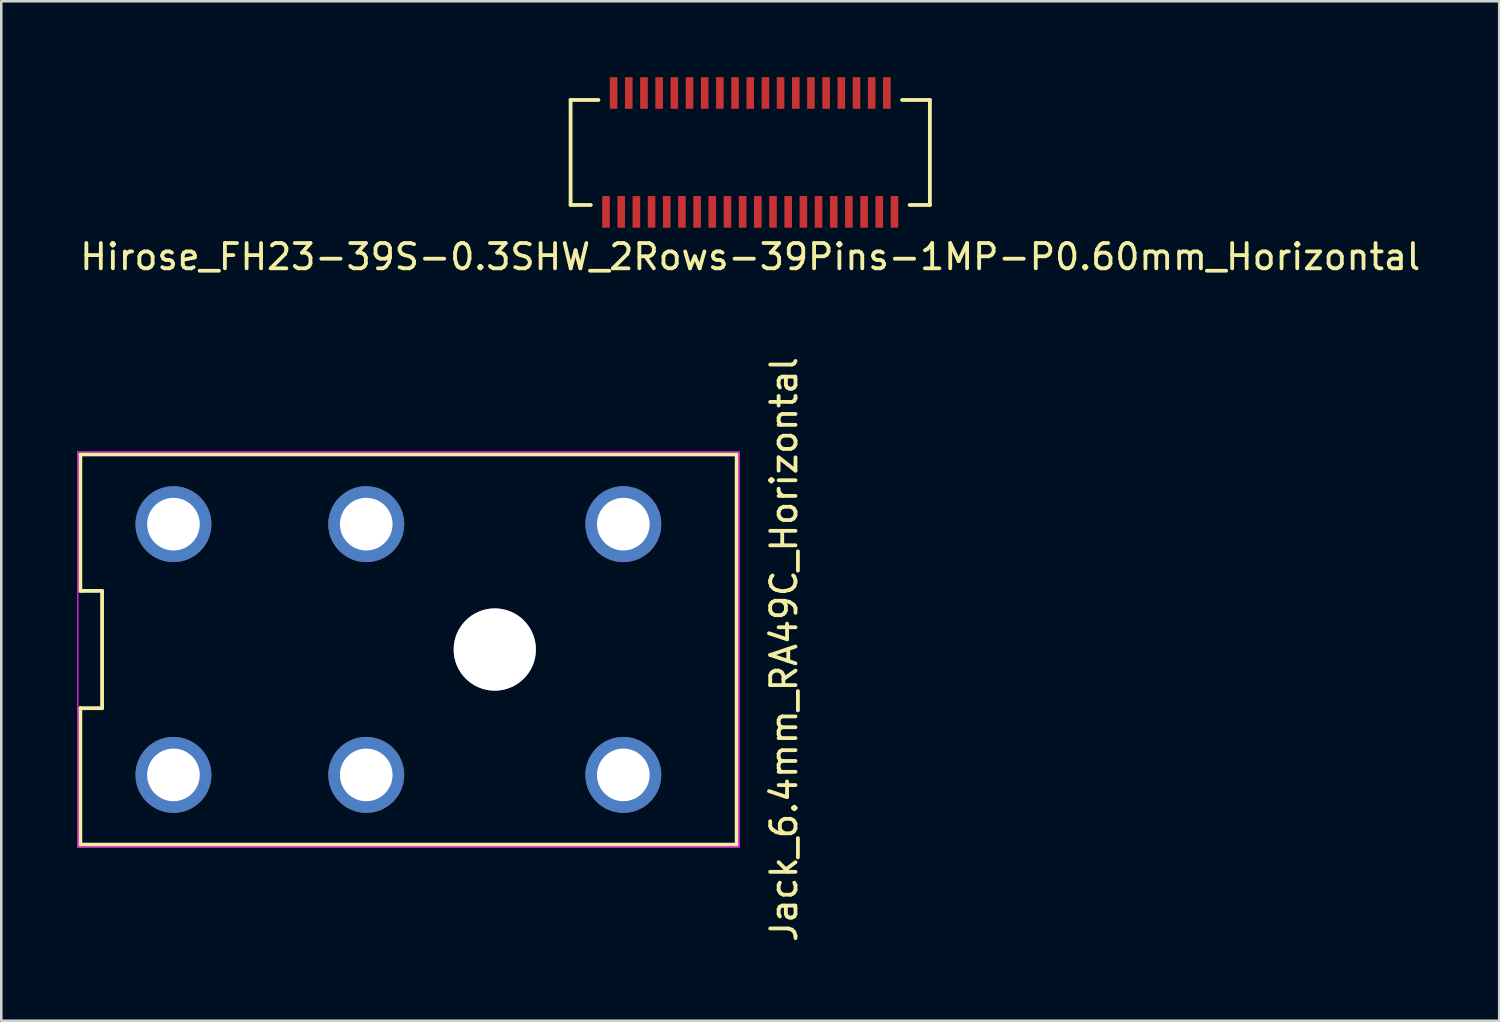
<source format=kicad_pcb>
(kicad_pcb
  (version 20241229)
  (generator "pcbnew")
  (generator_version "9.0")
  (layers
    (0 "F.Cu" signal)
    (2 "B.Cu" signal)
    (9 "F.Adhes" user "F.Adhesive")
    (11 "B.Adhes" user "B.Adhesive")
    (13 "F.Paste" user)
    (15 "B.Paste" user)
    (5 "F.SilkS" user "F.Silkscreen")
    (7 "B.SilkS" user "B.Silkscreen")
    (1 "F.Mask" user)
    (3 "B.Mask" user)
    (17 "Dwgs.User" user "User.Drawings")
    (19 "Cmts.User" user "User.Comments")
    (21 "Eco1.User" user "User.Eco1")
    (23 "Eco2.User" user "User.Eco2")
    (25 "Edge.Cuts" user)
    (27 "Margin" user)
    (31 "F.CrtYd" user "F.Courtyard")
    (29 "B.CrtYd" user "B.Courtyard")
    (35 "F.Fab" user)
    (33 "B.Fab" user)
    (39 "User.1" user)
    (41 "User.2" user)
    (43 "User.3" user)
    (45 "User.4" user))
  (footprint "Jack_6.4mm_RA49C_Horizontal"
    (layer "F.Cu")
    (at 11.425 22.621)
    (property "Reference" "Jack_6.4mm_RA49C_Horizontal" (at 16.51 0 90) (layer "F.SilkS") (effects (font (size 1 1) (thickness 0.15))))
    (attr through_hole)
    (fp_line (start -11.3 -7.71) (end -11.3 -2.318) (stroke (width 0.15) (type solid)) (layer "F.SilkS"))
    (fp_line (start -11.3 -2.318) (end -10.44 -2.318) (stroke (width 0.15) (type solid)) (layer "F.SilkS"))
    (fp_line (start -11.3 2.318) (end -11.3 7.71) (stroke (width 0.15) (type solid)) (layer "F.SilkS"))
    (fp_line (start -11.3 2.318) (end -10.44 2.318) (stroke (width 0.15) (type solid)) (layer "F.SilkS"))
    (fp_line (start -11.3 7.71) (end 14.64 7.71) (stroke (width 0.15) (type solid)) (layer "F.SilkS"))
    (fp_line (start -10.44 -2.318) (end -10.44 2.318) (stroke (width 0.15) (type solid)) (layer "F.SilkS"))
    (fp_line (start 14.64 -7.71) (end -11.3 -7.71) (stroke (width 0.15) (type solid)) (layer "F.SilkS"))
    (fp_line (start 14.64 7.71) (end 14.64 -7.71) (stroke (width 0.15) (type solid)) (layer "F.SilkS"))
    (fp_line (start -11.4 -7.81) (end 14.74 -7.81) (stroke (width 0.05) (type solid)) (layer "F.CrtYd"))
    (fp_line (start -11.4 7.81) (end -11.4 -7.81) (stroke (width 0.05) (type solid)) (layer "F.CrtYd"))
    (fp_line (start 14.74 -7.81) (end 14.74 7.81) (stroke (width 0.05) (type solid)) (layer "F.CrtYd"))
    (fp_line (start 14.74 7.81) (end -11.4 7.81) (stroke (width 0.05) (type solid)) (layer "F.CrtYd"))
    (pad "" thru_hole circle (at -7.62 -4.955) (size 3 3) (drill 2.08) (layers "*.Cu" "*.Mask"))
    (pad "" thru_hole circle (at 5.08 0) (size 3.25 3.25) (drill 3.25) (layers "*.Cu" "*.Mask"))
    (pad "R" thru_hole circle (at 0 4.955) (size 3 3) (drill 2.08) (layers "*.Cu" "*.Mask"))
    (pad "RB" thru_hole circle (at 0 -4.955) (size 3 3) (drill 2.08) (layers "*.Cu" "*.Mask"))
    (pad "S" thru_hole circle (at -7.62 4.955) (size 3 3) (drill 2.08) (layers "*.Cu" "*.Mask"))
    (pad "T" thru_hole circle (at 10.16 4.955) (size 3 3) (drill 2.08) (layers "*.Cu" "*.Mask"))
    (pad "TR" thru_hole circle (at 10.16 -4.955) (size 3 3) (drill 2.08) (layers "*.Cu" "*.Mask")))
  (footprint "Hirose_FH23-39S-0.3SHW_2Rows-39Pins-1MP-P0.60mm_Horizontal"
    (layer "F.Cu")
    (at 26.601 2.975)
    (property "Reference" "Hirose_FH23-39S-0.3SHW_2Rows-39Pins-1MP-P0.60mm_Horizontal" (at 0 4.125 0) (layer "F.SilkS") (effects (font (size 1 1) (thickness 0.15))))
    (attr smd)
    (fp_line (start -7.1 -2.075) (end -7.1 2.075) (stroke (width 0.15) (type solid)) (layer "F.SilkS"))
    (fp_line (start -7.1 -2.075) (end -6 -2.075) (stroke (width 0.15) (type solid)) (layer "F.SilkS"))
    (fp_line (start -7.1 2.075) (end -6.3 2.075) (stroke (width 0.15) (type solid)) (layer "F.SilkS"))
    (fp_line (start 6 -2.075) (end 7.1 -2.075) (stroke (width 0.15) (type solid)) (layer "F.SilkS"))
    (fp_line (start 6.3 2.075) (end 7.1 2.075) (stroke (width 0.15) (type solid)) (layer "F.SilkS"))
    (fp_line (start 7.1 -2.075) (end 7.1 2.075) (stroke (width 0.15) (type solid)) (layer "F.SilkS"))
    (pad "1" smd rect (at -5.7 2.35) (size 0.3 1.25) (layers "F.Cu" "F.Mask" "F.Paste"))
    (pad "2" smd rect (at -5.4 -2.35) (size 0.3 1.25) (layers "F.Cu" "F.Mask" "F.Paste"))
    (pad "3" smd rect (at -5.1 2.35) (size 0.3 1.25) (layers "F.Cu" "F.Mask" "F.Paste"))
    (pad "4" smd rect (at -4.8 -2.35) (size 0.3 1.25) (layers "F.Cu" "F.Mask" "F.Paste"))
    (pad "5" smd rect (at -4.5 2.35) (size 0.3 1.25) (layers "F.Cu" "F.Mask" "F.Paste"))
    (pad "6" smd rect (at -4.2 -2.35) (size 0.3 1.25) (layers "F.Cu" "F.Mask" "F.Paste"))
    (pad "7" smd rect (at -3.9 2.35) (size 0.3 1.25) (layers "F.Cu" "F.Mask" "F.Paste"))
    (pad "8" smd rect (at -3.6 -2.35) (size 0.3 1.25) (layers "F.Cu" "F.Mask" "F.Paste"))
    (pad "9" smd rect (at -3.3 2.35) (size 0.3 1.25) (layers "F.Cu" "F.Mask" "F.Paste"))
    (pad "10" smd rect (at -3 -2.35) (size 0.3 1.25) (layers "F.Cu" "F.Mask" "F.Paste"))
    (pad "11" smd rect (at -2.7 2.35) (size 0.3 1.25) (layers "F.Cu" "F.Mask" "F.Paste"))
    (pad "12" smd rect (at -2.4 -2.35) (size 0.3 1.25) (layers "F.Cu" "F.Mask" "F.Paste"))
    (pad "13" smd rect (at -2.1 2.35) (size 0.3 1.25) (layers "F.Cu" "F.Mask" "F.Paste"))
    (pad "14" smd rect (at -1.8 -2.35) (size 0.3 1.25) (layers "F.Cu" "F.Mask" "F.Paste"))
    (pad "15" smd rect (at -1.5 2.35) (size 0.3 1.25) (layers "F.Cu" "F.Mask" "F.Paste"))
    (pad "16" smd rect (at -1.2 -2.35) (size 0.3 1.25) (layers "F.Cu" "F.Mask" "F.Paste"))
    (pad "17" smd rect (at -0.9 2.35) (size 0.3 1.25) (layers "F.Cu" "F.Mask" "F.Paste"))
    (pad "18" smd rect (at -0.6 -2.35) (size 0.3 1.25) (layers "F.Cu" "F.Mask" "F.Paste"))
    (pad "19" smd rect (at -0.3 2.35) (size 0.3 1.25) (layers "F.Cu" "F.Mask" "F.Paste"))
    (pad "20" smd rect (at 0 -2.35) (size 0.3 1.25) (layers "F.Cu" "F.Mask" "F.Paste"))
    (pad "21" smd rect (at 0.3 2.35) (size 0.3 1.25) (layers "F.Cu" "F.Mask" "F.Paste"))
    (pad "22" smd rect (at 0.6 -2.35) (size 0.3 1.25) (layers "F.Cu" "F.Mask" "F.Paste"))
    (pad "23" smd rect (at 0.9 2.35) (size 0.3 1.25) (layers "F.Cu" "F.Mask" "F.Paste"))
    (pad "24" smd rect (at 1.2 -2.35) (size 0.3 1.25) (layers "F.Cu" "F.Mask" "F.Paste"))
    (pad "25" smd rect (at 1.5 2.35) (size 0.3 1.25) (layers "F.Cu" "F.Mask" "F.Paste"))
    (pad "26" smd rect (at 1.8 -2.35) (size 0.3 1.25) (layers "F.Cu" "F.Mask" "F.Paste"))
    (pad "27" smd rect (at 2.1 2.35) (size 0.3 1.25) (layers "F.Cu" "F.Mask" "F.Paste"))
    (pad "28" smd rect (at 2.4 -2.35) (size 0.3 1.25) (layers "F.Cu" "F.Mask" "F.Paste"))
    (pad "29" smd rect (at 2.7 2.35) (size 0.3 1.25) (layers "F.Cu" "F.Mask" "F.Paste"))
    (pad "30" smd rect (at 3 -2.35) (size 0.3 1.25) (layers "F.Cu" "F.Mask" "F.Paste"))
    (pad "31" smd rect (at 3.3 2.35) (size 0.3 1.25) (layers "F.Cu" "F.Mask" "F.Paste"))
    (pad "32" smd rect (at 3.6 -2.35) (size 0.3 1.25) (layers "F.Cu" "F.Mask" "F.Paste"))
    (pad "33" smd rect (at 3.9 2.35) (size 0.3 1.25) (layers "F.Cu" "F.Mask" "F.Paste"))
    (pad "34" smd rect (at 4.2 -2.35) (size 0.3 1.25) (layers "F.Cu" "F.Mask" "F.Paste"))
    (pad "35" smd rect (at 4.5 2.35) (size 0.3 1.25) (layers "F.Cu" "F.Mask" "F.Paste"))
    (pad "36" smd rect (at 4.8 -2.35) (size 0.3 1.25) (layers "F.Cu" "F.Mask" "F.Paste"))
    (pad "37" smd rect (at 5.1 2.35) (size 0.3 1.25) (layers "F.Cu" "F.Mask" "F.Paste"))
    (pad "38" smd rect (at 5.4 -2.35) (size 0.3 1.25) (layers "F.Cu" "F.Mask" "F.Paste"))
    (pad "39" smd rect (at 5.7 2.35) (size 0.3 1.25) (layers "F.Cu" "F.Mask" "F.Paste")))
  (gr_rect
    (start -3 -3)
    (end 56.202 37.293)
    (stroke (width 0.1) (type default))
    (fill no)
    (layer "Edge.Cuts")))
</source>
